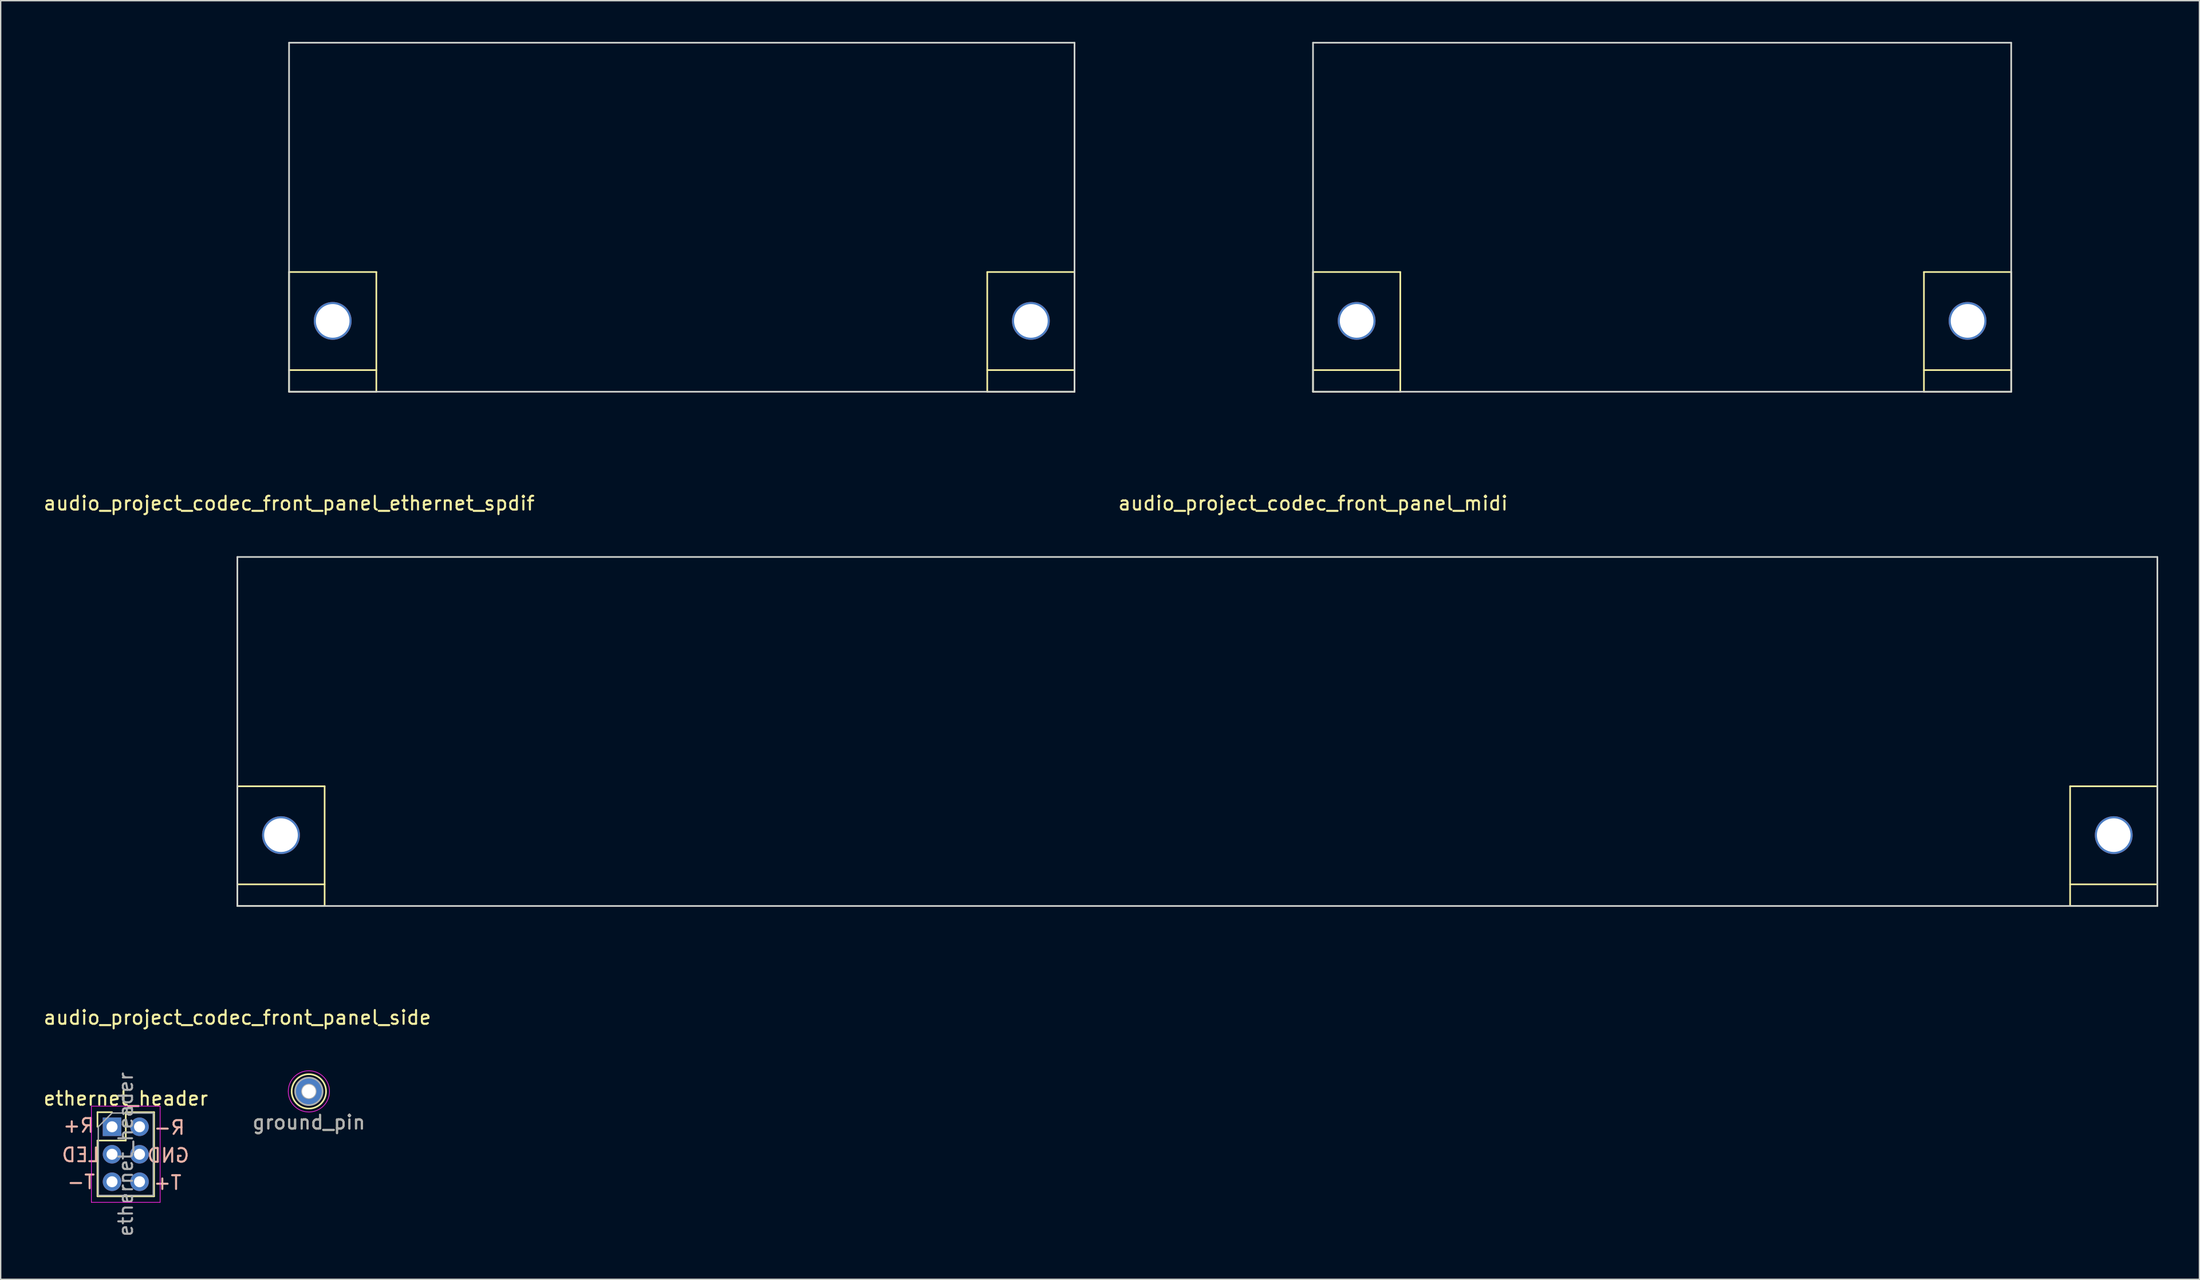
<source format=kicad_pcb>
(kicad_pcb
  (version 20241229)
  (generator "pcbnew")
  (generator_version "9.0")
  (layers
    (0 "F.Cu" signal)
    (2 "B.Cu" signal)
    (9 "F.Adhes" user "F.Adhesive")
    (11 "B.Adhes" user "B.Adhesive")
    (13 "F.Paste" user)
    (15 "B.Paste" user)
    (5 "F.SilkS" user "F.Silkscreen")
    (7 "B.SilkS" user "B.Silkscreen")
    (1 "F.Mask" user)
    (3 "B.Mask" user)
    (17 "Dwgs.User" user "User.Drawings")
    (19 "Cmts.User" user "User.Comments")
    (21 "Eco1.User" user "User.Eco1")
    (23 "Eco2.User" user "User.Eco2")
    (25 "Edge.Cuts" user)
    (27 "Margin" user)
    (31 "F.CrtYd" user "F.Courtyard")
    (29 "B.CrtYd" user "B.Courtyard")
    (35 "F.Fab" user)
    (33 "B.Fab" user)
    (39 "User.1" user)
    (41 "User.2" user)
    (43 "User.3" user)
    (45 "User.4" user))
  (footprint "audio_project_codec_front_panel_midi"
    (layer "F.Cu")
    (at 92.484 25.46)
    (property "Reference" "audio_project_codec_front_panel_midi" (at 0 8.12 0) (layer "F.SilkS") (effects (font (size 1 1) (thickness 0.15))))
    (attr through_hole)
    (fp_line (start 0 0) (end 0 -8.712) (stroke (width 0.12) (type solid)) (layer "F.SilkS"))
    (fp_line (start 6.35 -8.712) (end 0 -8.712) (stroke (width 0.12) (type solid)) (layer "F.SilkS"))
    (fp_line (start 6.35 -1.575) (end 0 -1.575) (stroke (width 0.12) (type solid)) (layer "F.SilkS"))
    (fp_line (start 6.35 0) (end 0 0) (stroke (width 0.12) (type solid)) (layer "F.SilkS"))
    (fp_line (start 6.35 0) (end 6.35 -8.712) (stroke (width 0.12) (type solid)) (layer "F.SilkS"))
    (fp_line (start 44.45 0) (end 44.45 -8.712) (stroke (width 0.12) (type solid)) (layer "F.SilkS"))
    (fp_line (start 50.8 -8.712) (end 44.45 -8.712) (stroke (width 0.12) (type solid)) (layer "F.SilkS"))
    (fp_line (start 50.8 -1.575) (end 44.45 -1.575) (stroke (width 0.12) (type solid)) (layer "F.SilkS"))
    (fp_line (start 50.8 0) (end 44.45 0) (stroke (width 0.12) (type solid)) (layer "F.SilkS"))
    (fp_line (start 50.8 0) (end 50.8 -8.712) (stroke (width 0.12) (type solid)) (layer "F.SilkS"))
    (fp_line (start 0 -25.4) (end 50.8 -25.4) (stroke (width 0.12) (type solid)) (layer "Edge.Cuts"))
    (fp_line (start 0 0) (end 0 -25.4) (stroke (width 0.12) (type solid)) (layer "Edge.Cuts"))
    (fp_line (start 0 0) (end 50.8 0) (stroke (width 0.12) (type solid)) (layer "Edge.Cuts"))
    (fp_line (start 50.8 0) (end 50.8 -25.4) (stroke (width 0.12) (type solid)) (layer "Edge.Cuts"))
    (pad "1" thru_hole circle (at 3.175 -5.156 270) (size 2.75 2.75) (drill 2.45) (layers "*.Cu" "*.Mask"))
    (pad "1" thru_hole circle (at 47.625 -5.156 270) (size 2.75 2.75) (drill 2.45) (layers "*.Cu" "*.Mask")))
  (footprint "audio_project_codec_front_panel_side"
    (layer "F.Cu")
    (at 14.22 62.888)
    (property "Reference" "audio_project_codec_front_panel_side" (at 0 8.12 0) (layer "F.SilkS") (effects (font (size 1 1) (thickness 0.15))))
    (attr through_hole)
    (fp_line (start 0 0) (end 0 -8.712) (stroke (width 0.12) (type solid)) (layer "F.SilkS"))
    (fp_line (start 6.35 -8.712) (end 0 -8.712) (stroke (width 0.12) (type solid)) (layer "F.SilkS"))
    (fp_line (start 6.35 -1.575) (end 0 -1.575) (stroke (width 0.12) (type solid)) (layer "F.SilkS"))
    (fp_line (start 6.35 0) (end 0 0) (stroke (width 0.12) (type solid)) (layer "F.SilkS"))
    (fp_line (start 6.35 0) (end 6.35 -8.712) (stroke (width 0.12) (type solid)) (layer "F.SilkS"))
    (fp_line (start 133.35 0) (end 133.35 -8.712) (stroke (width 0.12) (type solid)) (layer "F.SilkS"))
    (fp_line (start 139.7 -8.712) (end 133.35 -8.712) (stroke (width 0.12) (type solid)) (layer "F.SilkS"))
    (fp_line (start 139.7 -1.575) (end 133.35 -1.575) (stroke (width 0.12) (type solid)) (layer "F.SilkS"))
    (fp_line (start 139.7 0) (end 133.35 0) (stroke (width 0.12) (type solid)) (layer "F.SilkS"))
    (fp_line (start 139.7 0) (end 139.7 -8.712) (stroke (width 0.12) (type solid)) (layer "F.SilkS"))
    (fp_line (start 0 -25.4) (end 139.7 -25.4) (stroke (width 0.12) (type solid)) (layer "Edge.Cuts"))
    (fp_line (start 0 0) (end 0 -25.4) (stroke (width 0.12) (type solid)) (layer "Edge.Cuts"))
    (fp_line (start 0 0) (end 139.7 0) (stroke (width 0.12) (type solid)) (layer "Edge.Cuts"))
    (fp_line (start 139.7 0) (end 139.7 -25.4) (stroke (width 0.12) (type solid)) (layer "Edge.Cuts"))
    (pad "1" thru_hole circle (at 3.175 -5.156 270) (size 2.75 2.75) (drill 2.45) (layers "*.Cu" "*.Mask"))
    (pad "1" thru_hole circle (at 136.525 -5.156 270) (size 2.75 2.75) (drill 2.45) (layers "*.Cu" "*.Mask")))
  (footprint "ground_pin"
    (layer "F.Cu")
    (at 19.423 76.382)
    (property "Reference" "ground_pin" (at 0 2.25 0) (layer "F.SilkS") (effects (font (size 1 1) (thickness 0.15))))
    (attr through_hole)
    (fp_circle (center 0 0) (end 1.25 0.05) (stroke (width 0.12) (type solid)) (fill no) (layer "F.SilkS"))
    (fp_circle (center 0 0) (end 1.5 0) (stroke (width 0.05) (type solid)) (fill no) (layer "F.CrtYd"))
    (fp_circle (center 0 0) (end 0.5 0) (stroke (width 0.12) (type solid)) (fill no) (layer "F.Fab"))
    (fp_circle (center 0 0) (end 1 0) (stroke (width 0.12) (type solid)) (fill no) (layer "F.Fab"))
    (fp_text user "${REFERENCE}" (at 0 2.25 0) (layer "F.Fab") (effects (font (size 1 1) (thickness 0.15))))
    (pad "1" thru_hole circle (at 0 0) (size 2 2) (drill 1) (layers "*.Cu" "*.Mask"))
    (pad "2" smd circle (at 0 0) (size 2 2) (layers "F.Cu" "F.Mask" "F.Paste")))
  (footprint "audio_project_codec_front_panel_ethernet_spdif"
    (layer "F.Cu")
    (at 17.982 25.46)
    (property "Reference" "audio_project_codec_front_panel_ethernet_spdif" (at 0 8.12 0) (layer "F.SilkS") (effects (font (size 1 1) (thickness 0.15))))
    (attr through_hole)
    (fp_line (start 0 0) (end 0 -8.712) (stroke (width 0.12) (type solid)) (layer "F.SilkS"))
    (fp_line (start 6.35 -8.712) (end 0 -8.712) (stroke (width 0.12) (type solid)) (layer "F.SilkS"))
    (fp_line (start 6.35 -1.575) (end 0 -1.575) (stroke (width 0.12) (type solid)) (layer "F.SilkS"))
    (fp_line (start 6.35 0) (end 0 0) (stroke (width 0.12) (type solid)) (layer "F.SilkS"))
    (fp_line (start 6.35 0) (end 6.35 -8.712) (stroke (width 0.12) (type solid)) (layer "F.SilkS"))
    (fp_line (start 50.8 0) (end 50.8 -8.712) (stroke (width 0.12) (type solid)) (layer "F.SilkS"))
    (fp_line (start 57.15 -8.712) (end 50.8 -8.712) (stroke (width 0.12) (type solid)) (layer "F.SilkS"))
    (fp_line (start 57.15 -1.575) (end 50.8 -1.575) (stroke (width 0.12) (type solid)) (layer "F.SilkS"))
    (fp_line (start 57.15 0) (end 50.8 0) (stroke (width 0.12) (type solid)) (layer "F.SilkS"))
    (fp_line (start 57.15 0) (end 57.15 -8.712) (stroke (width 0.12) (type solid)) (layer "F.SilkS"))
    (fp_line (start 0 -25.4) (end 57.15 -25.4) (stroke (width 0.12) (type solid)) (layer "Edge.Cuts"))
    (fp_line (start 0 0) (end 0 -25.4) (stroke (width 0.12) (type solid)) (layer "Edge.Cuts"))
    (fp_line (start 0 0) (end 57.15 0) (stroke (width 0.12) (type solid)) (layer "Edge.Cuts"))
    (fp_line (start 57.15 0) (end 57.15 -25.4) (stroke (width 0.12) (type solid)) (layer "Edge.Cuts"))
    (pad "1" thru_hole circle (at 3.175 -5.156 270) (size 2.75 2.75) (drill 2.45) (layers "*.Cu" "*.Mask"))
    (pad "1" thru_hole circle (at 53.975 -5.156 270) (size 2.75 2.75) (drill 2.45) (layers "*.Cu" "*.Mask")))
  (footprint "ethernet_header"
    (layer "F.Cu")
    (at 5.101 78.958)
    (property "Reference" "ethernet_header" (at 1 -2.06 0) (layer "F.SilkS") (effects (font (size 1 1) (thickness 0.15))))
    (attr through_hole)
    (fp_line (start -1.06 -1.06) (end 0 -1.06) (stroke (width 0.12) (type solid)) (layer "F.SilkS"))
    (fp_line (start -1.06 0) (end -1.06 -1.06) (stroke (width 0.12) (type solid)) (layer "F.SilkS"))
    (fp_line (start -1.06 1) (end -1.06 5.06) (stroke (width 0.12) (type solid)) (layer "F.SilkS"))
    (fp_line (start -1.06 1) (end 1 1) (stroke (width 0.12) (type solid)) (layer "F.SilkS"))
    (fp_line (start -1.06 5.06) (end 3.06 5.06) (stroke (width 0.12) (type solid)) (layer "F.SilkS"))
    (fp_line (start 1 -1.06) (end 3.06 -1.06) (stroke (width 0.12) (type solid)) (layer "F.SilkS"))
    (fp_line (start 1 1) (end 1 -1.06) (stroke (width 0.12) (type solid)) (layer "F.SilkS"))
    (fp_line (start 3.06 -1.06) (end 3.06 5.06) (stroke (width 0.12) (type solid)) (layer "F.SilkS"))
    (fp_line (start -1.5 -1.5) (end -1.5 5.5) (stroke (width 0.05) (type solid)) (layer "F.CrtYd"))
    (fp_line (start -1.5 5.5) (end 3.5 5.5) (stroke (width 0.05) (type solid)) (layer "F.CrtYd"))
    (fp_line (start 3.5 -1.5) (end -1.5 -1.5) (stroke (width 0.05) (type solid)) (layer "F.CrtYd"))
    (fp_line (start 3.5 5.5) (end 3.5 -1.5) (stroke (width 0.05) (type solid)) (layer "F.CrtYd"))
    (fp_line (start -1 0) (end 0 -1) (stroke (width 0.1) (type solid)) (layer "F.Fab"))
    (fp_line (start -1 5) (end -1 0) (stroke (width 0.1) (type solid)) (layer "F.Fab"))
    (fp_line (start 0 -1) (end 3 -1) (stroke (width 0.1) (type solid)) (layer "F.Fab"))
    (fp_line (start 3 -1) (end 3 5) (stroke (width 0.1) (type solid)) (layer "F.Fab"))
    (fp_line (start 3 5) (end -1 5) (stroke (width 0.1) (type solid)) (layer "F.Fab"))
    (fp_text user "R+" (at -2.43 -0.09 0) (unlocked yes) (layer "B.SilkS") (effects (font (size 1 1) (thickness 0.15)) (justify mirror)))
    (fp_text user "R-" (at 4.17 0.06 0) (unlocked yes) (layer "B.SilkS") (effects (font (size 1 1) (thickness 0.15)) (justify mirror)))
    (fp_text user "GND" (at 4.09 2.09 0) (unlocked yes) (layer "B.SilkS") (effects (font (size 1 1) (thickness 0.15)) (justify mirror)))
    (fp_text user "T-" (at -2.25 4.02 0) (unlocked yes) (layer "B.SilkS") (effects (font (size 1 1) (thickness 0.15)) (justify mirror)))
    (fp_text user "LED" (at -2.29 2.05 0) (unlocked yes) (layer "B.SilkS") (effects (font (size 1 1) (thickness 0.15)) (justify mirror)))
    (fp_text user "T+" (at 4.04 4.07 0) (unlocked yes) (layer "B.SilkS") (effects (font (size 1 1) (thickness 0.15)) (justify mirror)))
    (fp_text user "${REFERENCE}" (at 1 2 90) (layer "F.Fab") (effects (font (size 1 1) (thickness 0.15))))
    (pad "1" thru_hole rect (at 0 0) (size 1.35 1.35) (drill 0.8) (layers "*.Cu" "*.Mask"))
    (pad "2" thru_hole oval (at 2 0) (size 1.35 1.35) (drill 0.8) (layers "*.Cu" "*.Mask"))
    (pad "3" thru_hole oval (at 0 2) (size 1.35 1.35) (drill 0.8) (layers "*.Cu" "*.Mask"))
    (pad "4" thru_hole oval (at 2 2) (size 1.35 1.35) (drill 0.8) (layers "*.Cu" "*.Mask"))
    (pad "5" thru_hole oval (at 0 4) (size 1.35 1.35) (drill 0.8) (layers "*.Cu" "*.Mask"))
    (pad "6" thru_hole oval (at 2 4) (size 1.35 1.35) (drill 0.8) (layers "*.Cu" "*.Mask")))
  (gr_rect
    (start -3 -3)
    (end 156.98 90.059)
    (stroke (width 0.1) (type default))
    (fill no)
    (layer "Edge.Cuts")))
</source>
